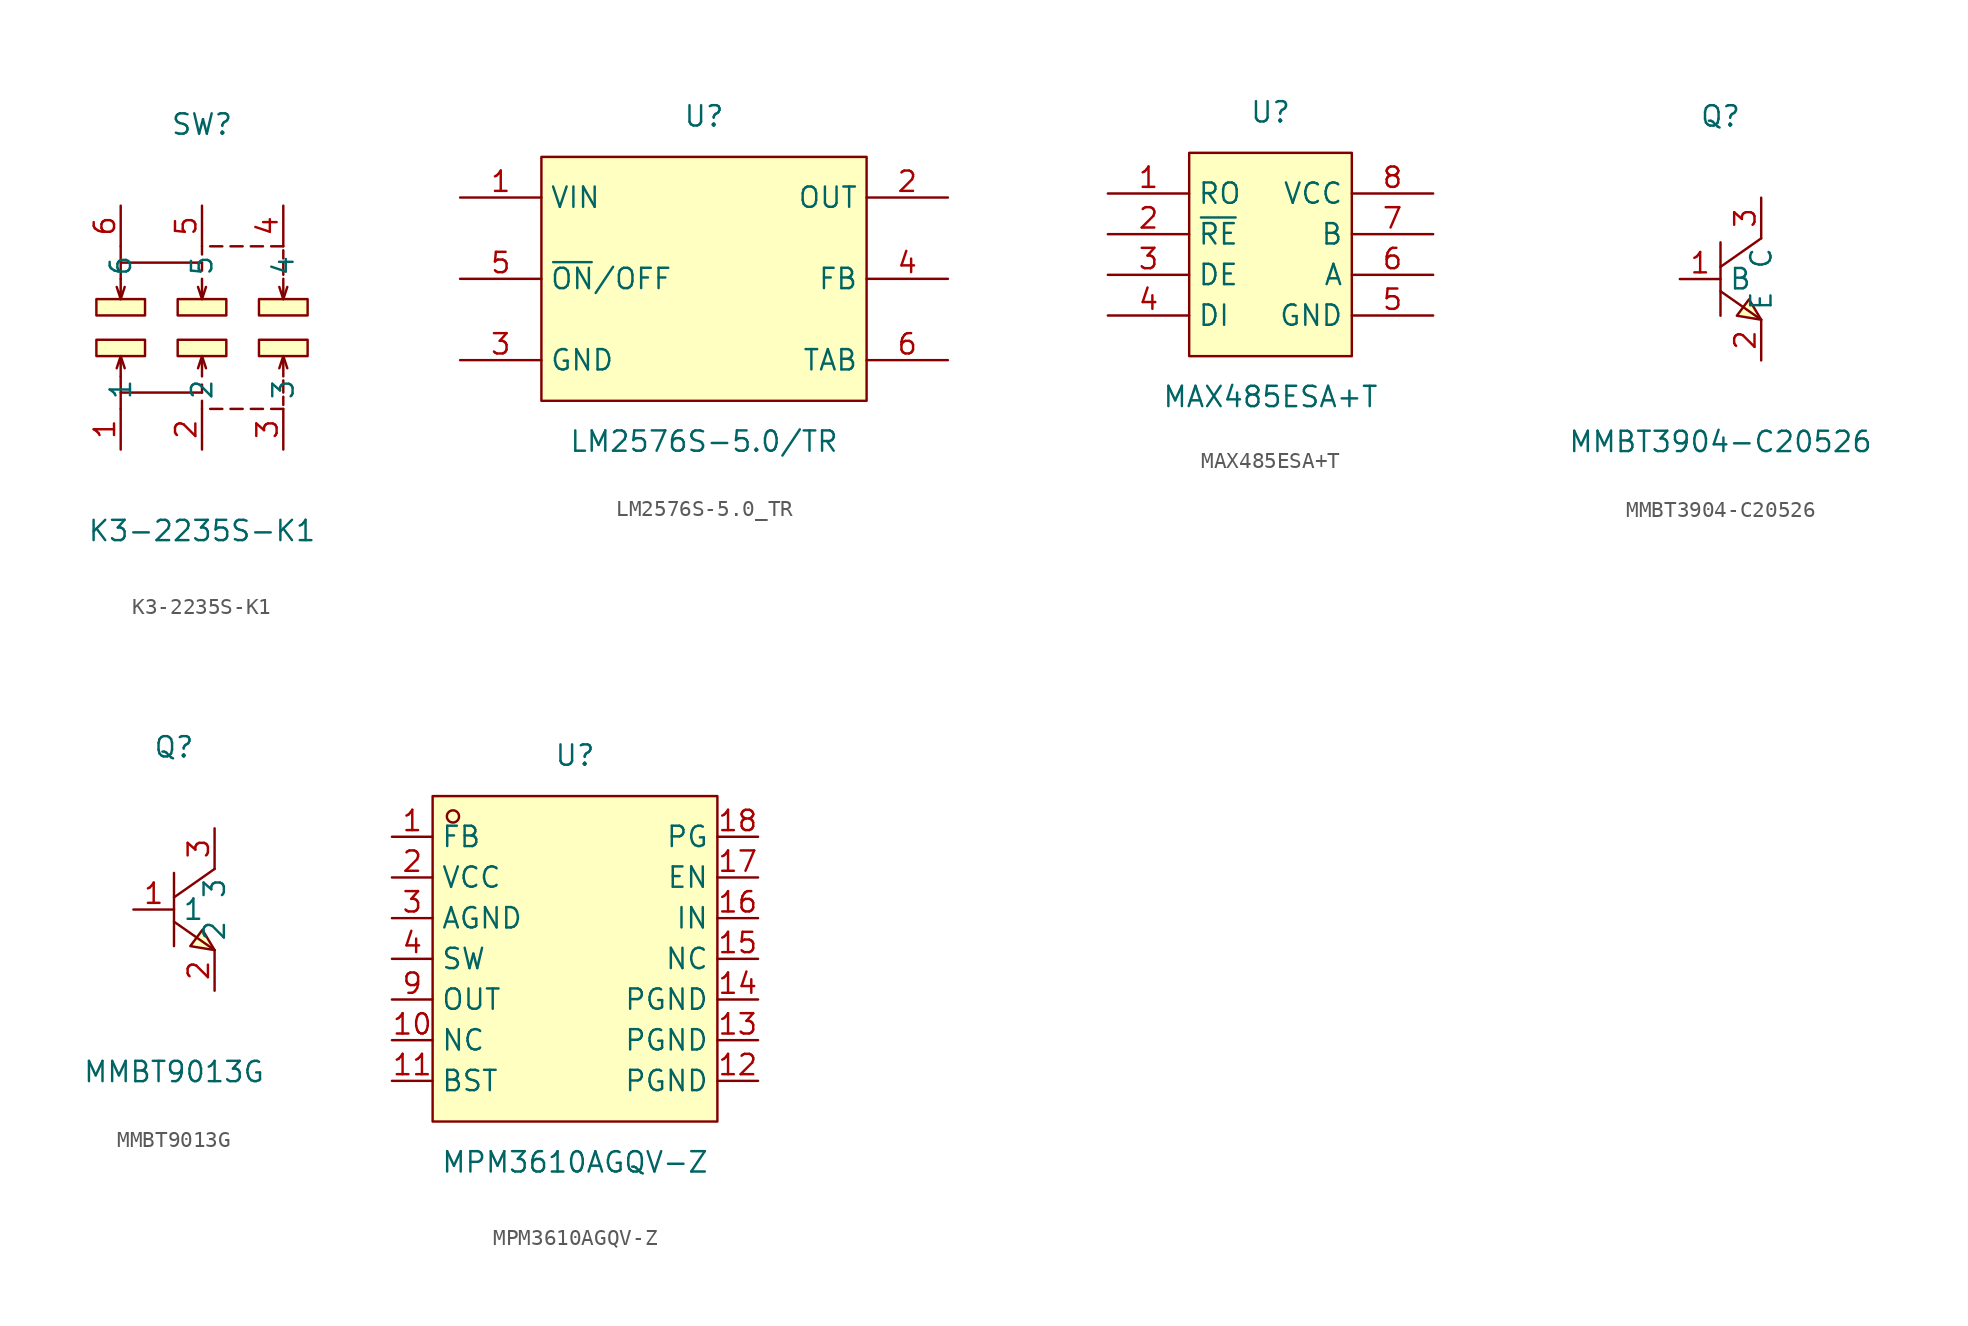
<source format=kicad_sym>
(kicad_symbol_lib
  (version 20211014)
  (generator https://github.com/uPesy/easyeda2kicad.py)
  (symbol "K3-2235S-K1"
    (property "Reference" "SW"
      (at 0 12.70 0)
      (effects (font (size 1.27 1.27))))
    (property "Value" "K3-2235S-K1"
      (at 0 -12.70 0)
      (effects (font (size 1.27 1.27))))
    (symbol "K3-2235S-K1_0_1"
      (rectangle (start -6.60 1.78) (end -3.56 0.76) (stroke (width 0) (type default) (color 0 0 0 0)) (fill (type background)))
      (rectangle (start -1.52 1.78) (end 1.52 0.76) (stroke (width 0) (type default) (color 0 0 0 0)) (fill (type background)))
      (rectangle (start 3.56 1.78) (end 6.60 0.76) (stroke (width 0) (type default) (color 0 0 0 0)) (fill (type background)))
      (rectangle (start -6.60 -0.76) (end -3.56 -1.78) (stroke (width 0) (type default) (color 0 0 0 0)) (fill (type background)))
      (rectangle (start -1.52 -0.76) (end 1.52 -1.78) (stroke (width 0) (type default) (color 0 0 0 0)) (fill (type background)))
      (rectangle (start 3.56 -0.76) (end 6.60 -1.78) (stroke (width 0) (type default) (color 0 0 0 0)) (fill (type background)))
      (polyline (pts (xy 0.00 -3.05) (xy 0.00 -1.78) (xy -0.25 -2.54)) (stroke (width 0) (type default) (color 0 0 0 0)) (fill (type none)))
      (polyline (pts (xy 0.00 -1.78) (xy 0.25 -2.54)) (stroke (width 0) (type default) (color 0 0 0 0)) (fill (type none)))
      (polyline (pts (xy 5.08 -3.05) (xy 5.08 -1.78) (xy 4.83 -2.54)) (stroke (width 0) (type default) (color 0 0 0 0)) (fill (type none)))
      (polyline (pts (xy 5.08 -1.78) (xy 5.33 -2.54)) (stroke (width 0) (type default) (color 0 0 0 0)) (fill (type none)))
      (polyline (pts (xy -5.08 -3.05) (xy -5.08 -1.78) (xy -5.33 -2.54)) (stroke (width 0) (type default) (color 0 0 0 0)) (fill (type none)))
      (polyline (pts (xy -5.08 -1.78) (xy -4.83 -2.54)) (stroke (width 0) (type default) (color 0 0 0 0)) (fill (type none)))
      (polyline (pts (xy 0.00 -3.56) (xy 0.00 -4.06)) (stroke (width 0) (type default) (color 0 0 0 0)) (fill (type none)))
      (polyline (pts (xy 0.00 -4.57) (xy 0.00 -5.08)) (stroke (width 0) (type default) (color 0 0 0 0)) (fill (type none)))
      (polyline (pts (xy 0.51 -5.08) (xy 1.27 -5.08)) (stroke (width 0) (type default) (color 0 0 0 0)) (fill (type none)))
      (polyline (pts (xy 1.78 -5.08) (xy 2.54 -5.08)) (stroke (width 0) (type default) (color 0 0 0 0)) (fill (type none)))
      (polyline (pts (xy 3.05 -5.08) (xy 3.81 -5.08)) (stroke (width 0) (type default) (color 0 0 0 0)) (fill (type none)))
      (polyline (pts (xy 4.32 -5.08) (xy 5.08 -5.08)) (stroke (width 0) (type default) (color 0 0 0 0)) (fill (type none)))
      (polyline (pts (xy 5.08 -4.83) (xy 5.08 -4.32)) (stroke (width 0) (type default) (color 0 0 0 0)) (fill (type none)))
      (polyline (pts (xy 5.08 -4.06) (xy 5.08 -3.30)) (stroke (width 0) (type default) (color 0 0 0 0)) (fill (type none)))
      (polyline (pts (xy -5.08 -3.05) (xy -5.08 -4.06) (xy 0.00 -4.06)) (stroke (width 0) (type default) (color 0 0 0 0)) (fill (type none)))
      (polyline (pts (xy -5.08 -4.06) (xy -5.08 -5.08)) (stroke (width 0) (type default) (color 0 0 0 0)) (fill (type none)))
      (polyline (pts (xy 0.00 3.05) (xy 0.00 1.78) (xy -0.25 2.54)) (stroke (width 0) (type default) (color 0 0 0 0)) (fill (type none)))
      (polyline (pts (xy 0.00 1.78) (xy 0.25 2.54)) (stroke (width 0) (type default) (color 0 0 0 0)) (fill (type none)))
      (polyline (pts (xy 5.08 3.05) (xy 5.08 1.78) (xy 4.83 2.54)) (stroke (width 0) (type default) (color 0 0 0 0)) (fill (type none)))
      (polyline (pts (xy 5.08 1.78) (xy 5.33 2.54)) (stroke (width 0) (type default) (color 0 0 0 0)) (fill (type none)))
      (polyline (pts (xy -5.08 3.05) (xy -5.08 1.78) (xy -5.33 2.54)) (stroke (width 0) (type default) (color 0 0 0 0)) (fill (type none)))
      (polyline (pts (xy -5.08 1.78) (xy -4.83 2.54)) (stroke (width 0) (type default) (color 0 0 0 0)) (fill (type none)))
      (polyline (pts (xy 0.00 3.56) (xy 0.00 4.06)) (stroke (width 0) (type default) (color 0 0 0 0)) (fill (type none)))
      (polyline (pts (xy 0.00 4.57) (xy 0.00 5.08)) (stroke (width 0) (type default) (color 0 0 0 0)) (fill (type none)))
      (polyline (pts (xy 0.51 5.08) (xy 1.27 5.08)) (stroke (width 0) (type default) (color 0 0 0 0)) (fill (type none)))
      (polyline (pts (xy 1.78 5.08) (xy 2.54 5.08)) (stroke (width 0) (type default) (color 0 0 0 0)) (fill (type none)))
      (polyline (pts (xy 3.05 5.08) (xy 3.81 5.08)) (stroke (width 0) (type default) (color 0 0 0 0)) (fill (type none)))
      (polyline (pts (xy 4.32 5.08) (xy 5.08 5.08)) (stroke (width 0) (type default) (color 0 0 0 0)) (fill (type none)))
      (polyline (pts (xy 5.08 4.83) (xy 5.08 4.32)) (stroke (width 0) (type default) (color 0 0 0 0)) (fill (type none)))
      (polyline (pts (xy 5.08 4.06) (xy 5.08 3.30)) (stroke (width 0) (type default) (color 0 0 0 0)) (fill (type none)))
      (polyline (pts (xy -5.08 3.05) (xy -5.08 4.06) (xy 0.00 4.06)) (stroke (width 0) (type default) (color 0 0 0 0)) (fill (type none)))
      (polyline (pts (xy -5.08 4.06) (xy -5.08 5.08)) (stroke (width 0) (type default) (color 0 0 0 0)) (fill (type none)))
      (pin unspecified line (at -5.08 -7.62 90) (length 2.54) (name "1" (effects (font (size 1.27 1.27)))) (number "1" (effects (font (size 1.27 1.27)))))
      (pin unspecified line (at 0.00 -7.62 90) (length 2.54) (name "2" (effects (font (size 1.27 1.27)))) (number "2" (effects (font (size 1.27 1.27)))))
      (pin unspecified line (at 5.08 -7.62 90) (length 2.54) (name "3" (effects (font (size 1.27 1.27)))) (number "3" (effects (font (size 1.27 1.27)))))
      (pin unspecified line (at 5.08 7.62 270) (length 2.54) (name "4" (effects (font (size 1.27 1.27)))) (number "4" (effects (font (size 1.27 1.27)))))
      (pin unspecified line (at 0.00 7.62 270) (length 2.54) (name "5" (effects (font (size 1.27 1.27)))) (number "5" (effects (font (size 1.27 1.27)))))
      (pin unspecified line (at -5.08 7.62 270) (length 2.54) (name "6" (effects (font (size 1.27 1.27)))) (number "6" (effects (font (size 1.27 1.27)))))))
  (symbol "LM2576S-5.0_TR"
    (property "Reference" "U"
      (at 0 10.16 0)
      (effects (font (size 1.27 1.27))))
    (property "Value" "LM2576S-5.0/TR"
      (at 0 -10.16 0)
      (effects (font (size 1.27 1.27))))
    (symbol "LM2576S-5.0_TR_0_1"
      (rectangle (start -10.16 7.62) (end 10.16 -7.62) (stroke (width 0) (type default) (color 0 0 0 0)) (fill (type background)))
      (pin unspecified line (at 15.24 -0.00 180) (length 5.08) (name "FB" (effects (font (size 1.27 1.27)))) (number "4" (effects (font (size 1.27 1.27)))))
      (pin power_in line (at -15.24 5.08 0) (length 5.08) (name "VIN" (effects (font (size 1.27 1.27)))) (number "1" (effects (font (size 1.27 1.27)))))
      (pin unspecified line (at -15.24 -0.00 0) (length 5.08) (name "~{ON}/OFF" (effects (font (size 1.27 1.27)))) (number "5" (effects (font (size 1.27 1.27)))))
      (pin power_in line (at -15.24 -5.08 0) (length 5.08) (name "GND" (effects (font (size 1.27 1.27)))) (number "3" (effects (font (size 1.27 1.27)))))
      (pin power_in line (at 15.24 -5.08 180) (length 5.08) (name "TAB" (effects (font (size 1.27 1.27)))) (number "6" (effects (font (size 1.27 1.27)))))
      (pin power_in line (at 15.24 5.08 180) (length 5.08) (name "OUT" (effects (font (size 1.27 1.27)))) (number "2" (effects (font (size 1.27 1.27)))))))
  (symbol "MAX485ESA+T"
    (property "Reference" "U"
      (at 0 8.89 0)
      (effects (font (size 1.27 1.27))))
    (property "Value" "MAX485ESA+T"
      (at 0 -8.89 0)
      (effects (font (size 1.27 1.27))))
    (symbol "MAX485ESA+T_0_1"
      (rectangle (start -5.08 6.35) (end 5.08 -6.35) (stroke (width 0) (type default) (color 0 0 0 0)) (fill (type background)))
      (pin unspecified line (at -10.16 3.81 0) (length 5.08) (name "RO" (effects (font (size 1.27 1.27)))) (number "1" (effects (font (size 1.27 1.27)))))
      (pin unspecified line (at -10.16 1.27 0) (length 5.08) (name "~{RE}" (effects (font (size 1.27 1.27)))) (number "2" (effects (font (size 1.27 1.27)))))
      (pin unspecified line (at -10.16 -1.27 0) (length 5.08) (name "DE" (effects (font (size 1.27 1.27)))) (number "3" (effects (font (size 1.27 1.27)))))
      (pin unspecified line (at -10.16 -3.81 0) (length 5.08) (name "DI" (effects (font (size 1.27 1.27)))) (number "4" (effects (font (size 1.27 1.27)))))
      (pin unspecified line (at 10.16 -3.81 180) (length 5.08) (name "GND" (effects (font (size 1.27 1.27)))) (number "5" (effects (font (size 1.27 1.27)))))
      (pin unspecified line (at 10.16 -1.27 180) (length 5.08) (name "A" (effects (font (size 1.27 1.27)))) (number "6" (effects (font (size 1.27 1.27)))))
      (pin unspecified line (at 10.16 1.27 180) (length 5.08) (name "B" (effects (font (size 1.27 1.27)))) (number "7" (effects (font (size 1.27 1.27)))))
      (pin unspecified line (at 10.16 3.81 180) (length 5.08) (name "VCC" (effects (font (size 1.27 1.27)))) (number "8" (effects (font (size 1.27 1.27)))))))
  (symbol "MMBT3904-C20526"
    (property "Reference" "Q"
      (at 0 10.16 0)
      (effects (font (size 1.27 1.27))))
    (property "Value" "MMBT3904-C20526"
      (at 0 -10.16 0)
      (effects (font (size 1.27 1.27))))
    (symbol "MMBT3904-C20526_0_1"
      (polyline (pts (xy 2.54 2.54) (xy 0.00 0.76)) (stroke (width 0) (type default) (color 0 0 0 0)) (fill (type none)))
      (polyline (pts (xy 0.00 -0.76) (xy 2.54 -2.54)) (stroke (width 0) (type default) (color 0 0 0 0)) (fill (type none)))
      (polyline (pts (xy 0.00 2.29) (xy 0.00 -2.29)) (stroke (width 0) (type default) (color 0 0 0 0)) (fill (type none)))
      (polyline (pts (xy 2.54 -2.54) (xy 1.78 -1.27) (xy 1.02 -2.29) (xy 2.54 -2.54)) (stroke (width 0) (type default) (color 0 0 0 0)) (fill (type background)))
      (pin unspecified line (at 2.54 5.08 270) (length 2.54) (name "C" (effects (font (size 1.27 1.27)))) (number "3" (effects (font (size 1.27 1.27)))))
      (pin unspecified line (at -2.54 -0.00 0) (length 2.54) (name "B" (effects (font (size 1.27 1.27)))) (number "1" (effects (font (size 1.27 1.27)))))
      (pin unspecified line (at 2.54 -5.08 90) (length 2.54) (name "E" (effects (font (size 1.27 1.27)))) (number "2" (effects (font (size 1.27 1.27)))))))
  (symbol "MMBT9013G"
    (property "Reference" "Q"
      (at 0 10.16 0)
      (effects (font (size 1.27 1.27))))
    (property "Value" "MMBT9013G"
      (at 0 -10.16 0)
      (effects (font (size 1.27 1.27))))
    (symbol "MMBT9013G_0_1"
      (polyline (pts (xy 2.54 2.54) (xy 0.00 0.76)) (stroke (width 0) (type default) (color 0 0 0 0)) (fill (type none)))
      (polyline (pts (xy 0.00 -0.76) (xy 2.54 -2.54)) (stroke (width 0) (type default) (color 0 0 0 0)) (fill (type none)))
      (polyline (pts (xy 0.00 2.29) (xy 0.00 -2.29)) (stroke (width 0) (type default) (color 0 0 0 0)) (fill (type none)))
      (polyline (pts (xy 2.54 -2.54) (xy 1.78 -1.27) (xy 1.02 -2.29) (xy 2.54 -2.54)) (stroke (width 0) (type default) (color 0 0 0 0)) (fill (type background)))
      (pin input line (at -2.54 -0.00 0) (length 2.54) (name "1" (effects (font (size 1.27 1.27)))) (number "1" (effects (font (size 1.27 1.27)))))
      (pin input line (at 2.54 5.08 270) (length 2.54) (name "3" (effects (font (size 1.27 1.27)))) (number "3" (effects (font (size 1.27 1.27)))))
      (pin input line (at 2.54 -5.08 90) (length 2.54) (name "2" (effects (font (size 1.27 1.27)))) (number "2" (effects (font (size 1.27 1.27)))))))
  (symbol "MPM3610AGQV-Z"
    (property "Reference" "U"
      (at 0 12.70 0)
      (effects (font (size 1.27 1.27))))
    (property "Value" "MPM3610AGQV-Z"
      (at 0 -12.70 0)
      (effects (font (size 1.27 1.27))))
    (symbol "MPM3610AGQV-Z_0_1"
      (rectangle (start -8.89 10.16) (end 8.89 -10.16) (stroke (width 0) (type default) (color 0 0 0 0)) (fill (type background)))
      (circle (center -7.62 8.89) (radius 0.38) (stroke (width 0) (type default) (color 0 0 0 0)) (fill (type none)))
      (pin unspecified line (at -11.43 7.62 0) (length 2.54) (name "FB" (effects (font (size 1.27 1.27)))) (number "1" (effects (font (size 1.27 1.27)))))
      (pin unspecified line (at -11.43 5.08 0) (length 2.54) (name "VCC" (effects (font (size 1.27 1.27)))) (number "2" (effects (font (size 1.27 1.27)))))
      (pin unspecified line (at -11.43 2.54 0) (length 2.54) (name "AGND" (effects (font (size 1.27 1.27)))) (number "3" (effects (font (size 1.27 1.27)))))
      (pin unspecified line (at -11.43 -0.00 0) (length 2.54) (name "SW" (effects (font (size 1.27 1.27)))) (number "4" (effects (font (size 1.27 1.27)))))
      (pin unspecified line (at -11.43 -2.54 0) (length 2.54) (name "OUT" (effects (font (size 1.27 1.27)))) (number "9" (effects (font (size 1.27 1.27)))))
      (pin unspecified line (at -11.43 -5.08 0) (length 2.54) (name "NC" (effects (font (size 1.27 1.27)))) (number "10" (effects (font (size 1.27 1.27)))))
      (pin unspecified line (at -11.43 -7.62 0) (length 2.54) (name "BST" (effects (font (size 1.27 1.27)))) (number "11" (effects (font (size 1.27 1.27)))))
      (pin unspecified line (at 11.43 -7.62 180) (length 2.54) (name "PGND" (effects (font (size 1.27 1.27)))) (number "12" (effects (font (size 1.27 1.27)))))
      (pin unspecified line (at 11.43 -5.08 180) (length 2.54) (name "PGND" (effects (font (size 1.27 1.27)))) (number "13" (effects (font (size 1.27 1.27)))))
      (pin unspecified line (at 11.43 -2.54 180) (length 2.54) (name "PGND" (effects (font (size 1.27 1.27)))) (number "14" (effects (font (size 1.27 1.27)))))
      (pin unspecified line (at 11.43 -0.00 180) (length 2.54) (name "NC" (effects (font (size 1.27 1.27)))) (number "15" (effects (font (size 1.27 1.27)))))
      (pin unspecified line (at 11.43 2.54 180) (length 2.54) (name "IN" (effects (font (size 1.27 1.27)))) (number "16" (effects (font (size 1.27 1.27)))))
      (pin unspecified line (at 11.43 5.08 180) (length 2.54) (name "EN" (effects (font (size 1.27 1.27)))) (number "17" (effects (font (size 1.27 1.27)))))
      (pin unspecified line (at 11.43 7.62 180) (length 2.54) (name "PG" (effects (font (size 1.27 1.27)))) (number "18" (effects (font (size 1.27 1.27))))))))
</source>
